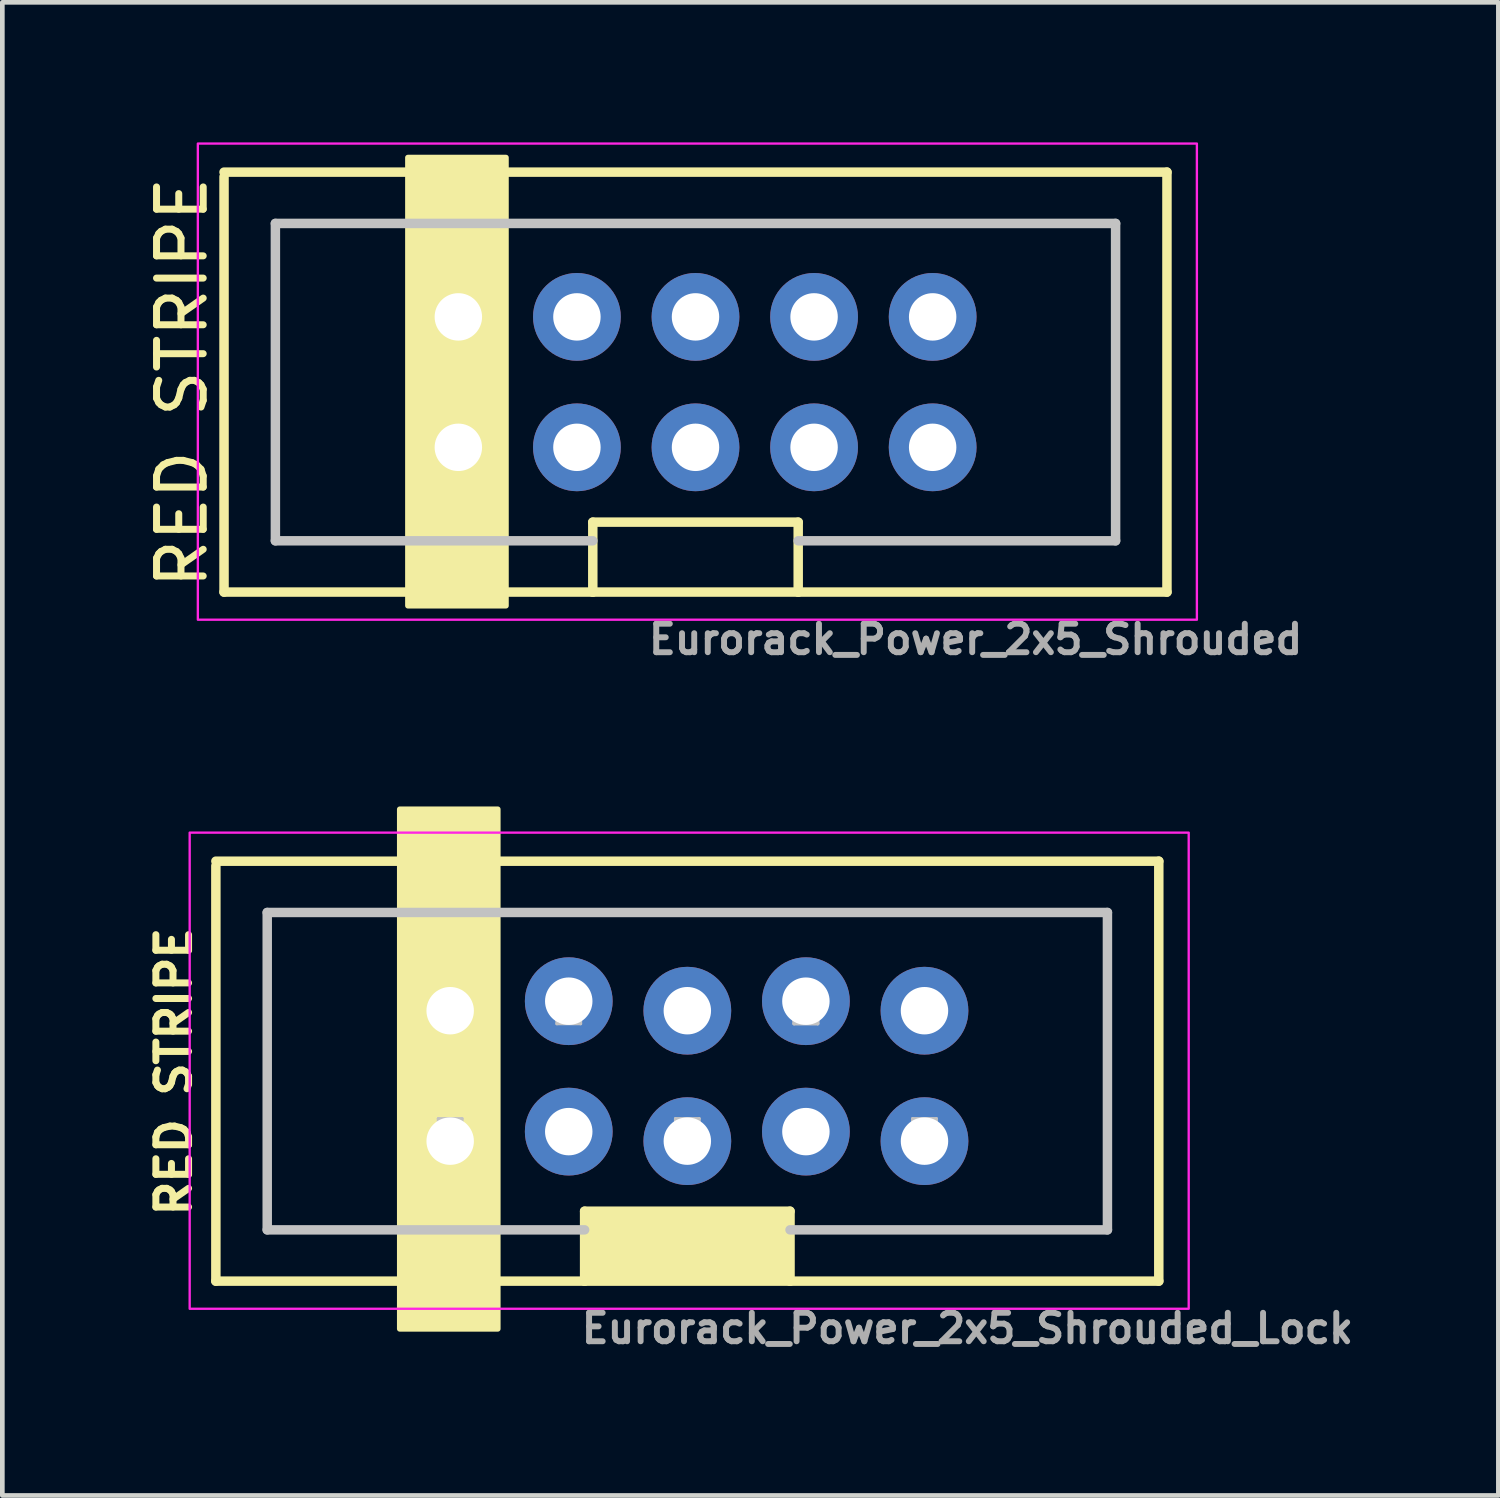
<source format=kicad_pcb>
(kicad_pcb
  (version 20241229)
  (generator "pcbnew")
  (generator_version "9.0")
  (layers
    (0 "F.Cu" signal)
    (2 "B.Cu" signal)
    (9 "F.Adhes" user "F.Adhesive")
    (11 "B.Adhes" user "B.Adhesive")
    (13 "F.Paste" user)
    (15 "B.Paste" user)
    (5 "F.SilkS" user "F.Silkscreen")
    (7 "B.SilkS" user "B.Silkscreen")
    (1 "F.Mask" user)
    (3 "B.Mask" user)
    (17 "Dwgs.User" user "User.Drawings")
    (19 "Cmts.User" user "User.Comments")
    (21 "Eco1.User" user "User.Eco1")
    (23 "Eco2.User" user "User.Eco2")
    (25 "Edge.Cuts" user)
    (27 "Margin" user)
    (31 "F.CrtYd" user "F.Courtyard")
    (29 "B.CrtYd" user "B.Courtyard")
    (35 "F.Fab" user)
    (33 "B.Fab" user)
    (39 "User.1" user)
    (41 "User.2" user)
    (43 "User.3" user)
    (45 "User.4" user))
  (footprint "Eurorack_Power_2x5_Shrouded_Lock"
    (layer "F.Cu")
    (at 6.593 21.292)
    (property "Reference" "Eurorack_Power_2x5_Shrouded_Lock" (at 11.08 4.113 180) (layer "F.Fab") (effects (font (size 0.61 0.61) (thickness 0.127))))
    (attr exclude_from_pos_files exclude_from_bom)
    (fp_line (start -5.019 -5.895) (end 15.179 -5.895) (stroke (width 0.203) (type solid)) (layer "F.SilkS"))
    (fp_line (start -5.019 3.101) (end -5.019 -5.796) (stroke (width 0.203) (type solid)) (layer "F.SilkS"))
    (fp_line (start 2.88 1.603) (end 7.28 1.603) (stroke (width 0.203) (type solid)) (layer "F.SilkS"))
    (fp_line (start 2.88 3.101) (end -5.019 3.101) (stroke (width 0.203) (type solid)) (layer "F.SilkS"))
    (fp_line (start 2.88 3.101) (end 2.88 1.603) (stroke (width 0.203) (type solid)) (layer "F.SilkS"))
    (fp_line (start 7.28 1.603) (end 7.28 3.101) (stroke (width 0.203) (type solid)) (layer "F.SilkS"))
    (fp_line (start 7.28 3.101) (end 2.88 3.101) (stroke (width 0.203) (type solid)) (layer "F.SilkS"))
    (fp_line (start 15.179 -5.895) (end 15.179 3.101) (stroke (width 0.203) (type solid)) (layer "F.SilkS"))
    (fp_line (start 15.179 3.101) (end 7.28 3.101) (stroke (width 0.203) (type solid)) (layer "F.SilkS"))
    (fp_rect (start -1.08 -7.007) (end 1.02 4.123) (stroke (width 0.12) (type solid)) (fill yes) (layer "F.SilkS"))
    (fp_rect (start 2.88 1.603) (end 7.28 3.101) (stroke (width 0.12) (type solid)) (fill yes) (layer "F.SilkS"))
    (fp_line (start -3.919 -4.796) (end 14.079 -4.796) (stroke (width 0.203) (type solid)) (layer "Dwgs.User"))
    (fp_line (start -3.919 2.002) (end -3.919 -4.796) (stroke (width 0.203) (type solid)) (layer "Dwgs.User"))
    (fp_line (start -3.919 2.002) (end 2.88 2.002) (stroke (width 0.203) (type solid)) (layer "Dwgs.User"))
    (fp_line (start -0.254 -2.413) (end -0.254 -2.921) (stroke (width 0.066) (type solid)) (layer "Dwgs.User"))
    (fp_line (start -0.254 0.127) (end -0.254 -0.381) (stroke (width 0.066) (type solid)) (layer "Dwgs.User"))
    (fp_line (start 0.254 -2.921) (end -0.254 -2.921) (stroke (width 0.066) (type solid)) (layer "Dwgs.User"))
    (fp_line (start 0.254 -2.413) (end -0.254 -2.413) (stroke (width 0.066) (type solid)) (layer "Dwgs.User"))
    (fp_line (start 0.254 -2.413) (end 0.254 -2.921) (stroke (width 0.066) (type solid)) (layer "Dwgs.User"))
    (fp_line (start 0.254 -0.381) (end -0.254 -0.381) (stroke (width 0.066) (type solid)) (layer "Dwgs.User"))
    (fp_line (start 0.254 0.127) (end -0.254 0.127) (stroke (width 0.066) (type solid)) (layer "Dwgs.User"))
    (fp_line (start 0.254 0.127) (end 0.254 -0.381) (stroke (width 0.066) (type solid)) (layer "Dwgs.User"))
    (fp_line (start 2.286 -2.413) (end 2.286 -2.921) (stroke (width 0.066) (type solid)) (layer "Dwgs.User"))
    (fp_line (start 2.286 0.127) (end 2.286 -0.381) (stroke (width 0.066) (type solid)) (layer "Dwgs.User"))
    (fp_line (start 2.794 -2.921) (end 2.286 -2.921) (stroke (width 0.066) (type solid)) (layer "Dwgs.User"))
    (fp_line (start 2.794 -2.413) (end 2.286 -2.413) (stroke (width 0.066) (type solid)) (layer "Dwgs.User"))
    (fp_line (start 2.794 -2.413) (end 2.794 -2.921) (stroke (width 0.066) (type solid)) (layer "Dwgs.User"))
    (fp_line (start 2.794 -0.381) (end 2.286 -0.381) (stroke (width 0.066) (type solid)) (layer "Dwgs.User"))
    (fp_line (start 2.794 0.127) (end 2.286 0.127) (stroke (width 0.066) (type solid)) (layer "Dwgs.User"))
    (fp_line (start 2.794 0.127) (end 2.794 -0.381) (stroke (width 0.066) (type solid)) (layer "Dwgs.User"))
    (fp_line (start 4.826 -2.413) (end 4.826 -2.921) (stroke (width 0.066) (type solid)) (layer "Dwgs.User"))
    (fp_line (start 4.826 0.127) (end 4.826 -0.381) (stroke (width 0.066) (type solid)) (layer "Dwgs.User"))
    (fp_line (start 5.334 -2.921) (end 4.826 -2.921) (stroke (width 0.066) (type solid)) (layer "Dwgs.User"))
    (fp_line (start 5.334 -2.413) (end 4.826 -2.413) (stroke (width 0.066) (type solid)) (layer "Dwgs.User"))
    (fp_line (start 5.334 -2.413) (end 5.334 -2.921) (stroke (width 0.066) (type solid)) (layer "Dwgs.User"))
    (fp_line (start 5.334 -0.381) (end 4.826 -0.381) (stroke (width 0.066) (type solid)) (layer "Dwgs.User"))
    (fp_line (start 5.334 0.127) (end 4.826 0.127) (stroke (width 0.066) (type solid)) (layer "Dwgs.User"))
    (fp_line (start 5.334 0.127) (end 5.334 -0.381) (stroke (width 0.066) (type solid)) (layer "Dwgs.User"))
    (fp_line (start 7.366 -2.413) (end 7.366 -2.921) (stroke (width 0.066) (type solid)) (layer "Dwgs.User"))
    (fp_line (start 7.366 -2.413) (end 7.366 -2.921) (stroke (width 0.066) (type solid)) (layer "Dwgs.User"))
    (fp_line (start 7.366 0.127) (end 7.366 -0.381) (stroke (width 0.066) (type solid)) (layer "Dwgs.User"))
    (fp_line (start 7.366 0.127) (end 7.366 -0.381) (stroke (width 0.066) (type solid)) (layer "Dwgs.User"))
    (fp_line (start 7.874 -2.921) (end 7.366 -2.921) (stroke (width 0.066) (type solid)) (layer "Dwgs.User"))
    (fp_line (start 7.874 -2.921) (end 7.366 -2.921) (stroke (width 0.066) (type solid)) (layer "Dwgs.User"))
    (fp_line (start 7.874 -2.413) (end 7.366 -2.413) (stroke (width 0.066) (type solid)) (layer "Dwgs.User"))
    (fp_line (start 7.874 -2.413) (end 7.366 -2.413) (stroke (width 0.066) (type solid)) (layer "Dwgs.User"))
    (fp_line (start 7.874 -2.413) (end 7.874 -2.921) (stroke (width 0.066) (type solid)) (layer "Dwgs.User"))
    (fp_line (start 7.874 -2.413) (end 7.874 -2.921) (stroke (width 0.066) (type solid)) (layer "Dwgs.User"))
    (fp_line (start 7.874 -0.381) (end 7.366 -0.381) (stroke (width 0.066) (type solid)) (layer "Dwgs.User"))
    (fp_line (start 7.874 -0.381) (end 7.366 -0.381) (stroke (width 0.066) (type solid)) (layer "Dwgs.User"))
    (fp_line (start 7.874 0.127) (end 7.366 0.127) (stroke (width 0.066) (type solid)) (layer "Dwgs.User"))
    (fp_line (start 7.874 0.127) (end 7.366 0.127) (stroke (width 0.066) (type solid)) (layer "Dwgs.User"))
    (fp_line (start 7.874 0.127) (end 7.874 -0.381) (stroke (width 0.066) (type solid)) (layer "Dwgs.User"))
    (fp_line (start 7.874 0.127) (end 7.874 -0.381) (stroke (width 0.066) (type solid)) (layer "Dwgs.User"))
    (fp_line (start 9.906 -2.413) (end 9.906 -2.921) (stroke (width 0.066) (type solid)) (layer "Dwgs.User"))
    (fp_line (start 9.906 0.127) (end 9.906 -0.381) (stroke (width 0.066) (type solid)) (layer "Dwgs.User"))
    (fp_line (start 10.414 -2.921) (end 9.906 -2.921) (stroke (width 0.066) (type solid)) (layer "Dwgs.User"))
    (fp_line (start 10.414 -2.413) (end 9.906 -2.413) (stroke (width 0.066) (type solid)) (layer "Dwgs.User"))
    (fp_line (start 10.414 -2.413) (end 10.414 -2.921) (stroke (width 0.066) (type solid)) (layer "Dwgs.User"))
    (fp_line (start 10.414 -0.381) (end 9.906 -0.381) (stroke (width 0.066) (type solid)) (layer "Dwgs.User"))
    (fp_line (start 10.414 0.127) (end 9.906 0.127) (stroke (width 0.066) (type solid)) (layer "Dwgs.User"))
    (fp_line (start 10.414 0.127) (end 10.414 -0.381) (stroke (width 0.066) (type solid)) (layer "Dwgs.User"))
    (fp_line (start 14.079 2.002) (end 7.28 2.002) (stroke (width 0.203) (type solid)) (layer "Dwgs.User"))
    (fp_line (start 14.079 2.002) (end 14.079 -4.796) (stroke (width 0.203) (type solid)) (layer "Dwgs.User"))
    (fp_rect (start -5.58 -6.507) (end 15.82 3.693) (stroke (width 0.05) (type solid)) (fill no) (layer "F.CrtYd"))
    (fp_text user "RED STRIPE" (at -5.92 -1.387 90) (layer "F.SilkS") (effects (font (size 0.7 0.7) (thickness 0.15))))
    (pad "1" thru_hole circle (at 0 0.102 90) (size 1.88 1.88) (drill 1.016) (layers "*.Cu" "*.Mask"))
    (pad "2" thru_hole circle (at 0 -2.692 90) (size 1.88 1.88) (drill 1.016) (layers "*.Cu" "*.Mask"))
    (pad "3" thru_hole circle (at 2.54 -0.102 90) (size 1.88 1.88) (drill 1.016) (layers "*.Cu" "*.Mask"))
    (pad "4" thru_hole circle (at 2.54 -2.896 90) (size 1.88 1.88) (drill 1.016) (layers "*.Cu" "*.Mask"))
    (pad "5" thru_hole circle (at 5.08 0.102 90) (size 1.88 1.88) (drill 1.016) (layers "*.Cu" "*.Mask"))
    (pad "6" thru_hole circle (at 5.08 -2.692 90) (size 1.88 1.88) (drill 1.016) (layers "*.Cu" "*.Mask"))
    (pad "7" thru_hole circle (at 7.62 -0.102 90) (size 1.88 1.88) (drill 1.016) (layers "*.Cu" "*.Mask"))
    (pad "8" thru_hole circle (at 7.62 -2.896 90) (size 1.88 1.88) (drill 1.016) (layers "*.Cu" "*.Mask"))
    (pad "9" thru_hole circle (at 10.16 0.102 90) (size 1.88 1.88) (drill 1.016) (layers "*.Cu" "*.Mask"))
    (pad "10" thru_hole circle (at 10.16 -2.692 90) (size 1.88 1.88) (drill 1.016) (layers "*.Cu" "*.Mask")))
  (footprint "Eurorack_Power_2x5_Shrouded"
    (layer "F.Cu")
    (at 6.768 6.532)
    (property "Reference" "Eurorack_Power_2x5_Shrouded" (at 11.08 4.113 180) (layer "F.Fab") (effects (font (size 0.61 0.61) (thickness 0.127))))
    (attr exclude_from_pos_files exclude_from_bom)
    (fp_line (start -5.019 -5.895) (end 15.179 -5.895) (stroke (width 0.203) (type solid)) (layer "F.SilkS"))
    (fp_line (start -5.019 3.101) (end -5.019 -5.796) (stroke (width 0.203) (type solid)) (layer "F.SilkS"))
    (fp_line (start 2.88 1.603) (end 7.28 1.603) (stroke (width 0.203) (type solid)) (layer "F.SilkS"))
    (fp_line (start 2.88 3.101) (end -5.019 3.101) (stroke (width 0.203) (type solid)) (layer "F.SilkS"))
    (fp_line (start 2.88 3.101) (end 2.88 1.603) (stroke (width 0.203) (type solid)) (layer "F.SilkS"))
    (fp_line (start 7.28 1.603) (end 7.28 3.101) (stroke (width 0.203) (type solid)) (layer "F.SilkS"))
    (fp_line (start 7.28 3.101) (end 2.88 3.101) (stroke (width 0.203) (type solid)) (layer "F.SilkS"))
    (fp_line (start 15.179 -5.895) (end 15.179 3.101) (stroke (width 0.203) (type solid)) (layer "F.SilkS"))
    (fp_line (start 15.179 3.101) (end 7.28 3.101) (stroke (width 0.203) (type solid)) (layer "F.SilkS"))
    (fp_rect (start -1.08 -6.207) (end 1.02 3.393) (stroke (width 0.12) (type solid)) (fill yes) (layer "F.SilkS"))
    (fp_line (start -3.919 -4.796) (end 14.079 -4.796) (stroke (width 0.203) (type solid)) (layer "Dwgs.User"))
    (fp_line (start -3.919 2.002) (end -3.919 -4.796) (stroke (width 0.203) (type solid)) (layer "Dwgs.User"))
    (fp_line (start -3.919 2.002) (end 2.88 2.002) (stroke (width 0.203) (type solid)) (layer "Dwgs.User"))
    (fp_line (start -0.254 -2.413) (end -0.254 -2.921) (stroke (width 0.066) (type solid)) (layer "Dwgs.User"))
    (fp_line (start -0.254 0.127) (end -0.254 -0.381) (stroke (width 0.066) (type solid)) (layer "Dwgs.User"))
    (fp_line (start 0.254 -2.921) (end -0.254 -2.921) (stroke (width 0.066) (type solid)) (layer "Dwgs.User"))
    (fp_line (start 0.254 -2.413) (end -0.254 -2.413) (stroke (width 0.066) (type solid)) (layer "Dwgs.User"))
    (fp_line (start 0.254 -2.413) (end 0.254 -2.921) (stroke (width 0.066) (type solid)) (layer "Dwgs.User"))
    (fp_line (start 0.254 -0.381) (end -0.254 -0.381) (stroke (width 0.066) (type solid)) (layer "Dwgs.User"))
    (fp_line (start 0.254 0.127) (end -0.254 0.127) (stroke (width 0.066) (type solid)) (layer "Dwgs.User"))
    (fp_line (start 0.254 0.127) (end 0.254 -0.381) (stroke (width 0.066) (type solid)) (layer "Dwgs.User"))
    (fp_line (start 2.286 -2.413) (end 2.286 -2.921) (stroke (width 0.066) (type solid)) (layer "Dwgs.User"))
    (fp_line (start 2.286 0.127) (end 2.286 -0.381) (stroke (width 0.066) (type solid)) (layer "Dwgs.User"))
    (fp_line (start 2.794 -2.921) (end 2.286 -2.921) (stroke (width 0.066) (type solid)) (layer "Dwgs.User"))
    (fp_line (start 2.794 -2.413) (end 2.286 -2.413) (stroke (width 0.066) (type solid)) (layer "Dwgs.User"))
    (fp_line (start 2.794 -2.413) (end 2.794 -2.921) (stroke (width 0.066) (type solid)) (layer "Dwgs.User"))
    (fp_line (start 2.794 -0.381) (end 2.286 -0.381) (stroke (width 0.066) (type solid)) (layer "Dwgs.User"))
    (fp_line (start 2.794 0.127) (end 2.286 0.127) (stroke (width 0.066) (type solid)) (layer "Dwgs.User"))
    (fp_line (start 2.794 0.127) (end 2.794 -0.381) (stroke (width 0.066) (type solid)) (layer "Dwgs.User"))
    (fp_line (start 4.826 -2.413) (end 4.826 -2.921) (stroke (width 0.066) (type solid)) (layer "Dwgs.User"))
    (fp_line (start 4.826 0.127) (end 4.826 -0.381) (stroke (width 0.066) (type solid)) (layer "Dwgs.User"))
    (fp_line (start 5.334 -2.921) (end 4.826 -2.921) (stroke (width 0.066) (type solid)) (layer "Dwgs.User"))
    (fp_line (start 5.334 -2.413) (end 4.826 -2.413) (stroke (width 0.066) (type solid)) (layer "Dwgs.User"))
    (fp_line (start 5.334 -2.413) (end 5.334 -2.921) (stroke (width 0.066) (type solid)) (layer "Dwgs.User"))
    (fp_line (start 5.334 -0.381) (end 4.826 -0.381) (stroke (width 0.066) (type solid)) (layer "Dwgs.User"))
    (fp_line (start 5.334 0.127) (end 4.826 0.127) (stroke (width 0.066) (type solid)) (layer "Dwgs.User"))
    (fp_line (start 5.334 0.127) (end 5.334 -0.381) (stroke (width 0.066) (type solid)) (layer "Dwgs.User"))
    (fp_line (start 7.366 -2.413) (end 7.366 -2.921) (stroke (width 0.066) (type solid)) (layer "Dwgs.User"))
    (fp_line (start 7.366 -2.413) (end 7.366 -2.921) (stroke (width 0.066) (type solid)) (layer "Dwgs.User"))
    (fp_line (start 7.366 0.127) (end 7.366 -0.381) (stroke (width 0.066) (type solid)) (layer "Dwgs.User"))
    (fp_line (start 7.366 0.127) (end 7.366 -0.381) (stroke (width 0.066) (type solid)) (layer "Dwgs.User"))
    (fp_line (start 7.874 -2.921) (end 7.366 -2.921) (stroke (width 0.066) (type solid)) (layer "Dwgs.User"))
    (fp_line (start 7.874 -2.921) (end 7.366 -2.921) (stroke (width 0.066) (type solid)) (layer "Dwgs.User"))
    (fp_line (start 7.874 -2.413) (end 7.366 -2.413) (stroke (width 0.066) (type solid)) (layer "Dwgs.User"))
    (fp_line (start 7.874 -2.413) (end 7.366 -2.413) (stroke (width 0.066) (type solid)) (layer "Dwgs.User"))
    (fp_line (start 7.874 -2.413) (end 7.874 -2.921) (stroke (width 0.066) (type solid)) (layer "Dwgs.User"))
    (fp_line (start 7.874 -2.413) (end 7.874 -2.921) (stroke (width 0.066) (type solid)) (layer "Dwgs.User"))
    (fp_line (start 7.874 -0.381) (end 7.366 -0.381) (stroke (width 0.066) (type solid)) (layer "Dwgs.User"))
    (fp_line (start 7.874 -0.381) (end 7.366 -0.381) (stroke (width 0.066) (type solid)) (layer "Dwgs.User"))
    (fp_line (start 7.874 0.127) (end 7.366 0.127) (stroke (width 0.066) (type solid)) (layer "Dwgs.User"))
    (fp_line (start 7.874 0.127) (end 7.366 0.127) (stroke (width 0.066) (type solid)) (layer "Dwgs.User"))
    (fp_line (start 7.874 0.127) (end 7.874 -0.381) (stroke (width 0.066) (type solid)) (layer "Dwgs.User"))
    (fp_line (start 7.874 0.127) (end 7.874 -0.381) (stroke (width 0.066) (type solid)) (layer "Dwgs.User"))
    (fp_line (start 9.906 -2.413) (end 9.906 -2.921) (stroke (width 0.066) (type solid)) (layer "Dwgs.User"))
    (fp_line (start 9.906 0.127) (end 9.906 -0.381) (stroke (width 0.066) (type solid)) (layer "Dwgs.User"))
    (fp_line (start 10.414 -2.921) (end 9.906 -2.921) (stroke (width 0.066) (type solid)) (layer "Dwgs.User"))
    (fp_line (start 10.414 -2.413) (end 9.906 -2.413) (stroke (width 0.066) (type solid)) (layer "Dwgs.User"))
    (fp_line (start 10.414 -2.413) (end 10.414 -2.921) (stroke (width 0.066) (type solid)) (layer "Dwgs.User"))
    (fp_line (start 10.414 -0.381) (end 9.906 -0.381) (stroke (width 0.066) (type solid)) (layer "Dwgs.User"))
    (fp_line (start 10.414 0.127) (end 9.906 0.127) (stroke (width 0.066) (type solid)) (layer "Dwgs.User"))
    (fp_line (start 10.414 0.127) (end 10.414 -0.381) (stroke (width 0.066) (type solid)) (layer "Dwgs.User"))
    (fp_line (start 14.079 2.002) (end 7.28 2.002) (stroke (width 0.203) (type solid)) (layer "Dwgs.User"))
    (fp_line (start 14.079 2.002) (end 14.079 -4.796) (stroke (width 0.203) (type solid)) (layer "Dwgs.User"))
    (fp_rect (start -5.58 -6.507) (end 15.82 3.693) (stroke (width 0.05) (type solid)) (fill no) (layer "F.CrtYd"))
    (fp_text user "RED STRIPE" (at -5.92 -1.387 90) (layer "F.SilkS") (effects (font (size 1 1) (thickness 0.15))))
    (pad "1" thru_hole circle (at 0 0 90) (size 1.88 1.88) (drill 1.016) (layers "*.Cu" "*.Mask"))
    (pad "2" thru_hole circle (at 0 -2.794 90) (size 1.88 1.88) (drill 1.016) (layers "*.Cu" "*.Mask"))
    (pad "3" thru_hole circle (at 2.54 0 90) (size 1.88 1.88) (drill 1.016) (layers "*.Cu" "*.Mask"))
    (pad "4" thru_hole circle (at 2.54 -2.794 90) (size 1.88 1.88) (drill 1.016) (layers "*.Cu" "*.Mask"))
    (pad "5" thru_hole circle (at 5.08 0 90) (size 1.88 1.88) (drill 1.016) (layers "*.Cu" "*.Mask"))
    (pad "6" thru_hole circle (at 5.08 -2.794 90) (size 1.88 1.88) (drill 1.016) (layers "*.Cu" "*.Mask"))
    (pad "7" thru_hole circle (at 7.62 0 90) (size 1.88 1.88) (drill 1.016) (layers "*.Cu" "*.Mask"))
    (pad "8" thru_hole circle (at 7.62 -2.794 90) (size 1.88 1.88) (drill 1.016) (layers "*.Cu" "*.Mask"))
    (pad "9" thru_hole circle (at 10.16 0 90) (size 1.88 1.88) (drill 1.016) (layers "*.Cu" "*.Mask"))
    (pad "10" thru_hole circle (at 10.16 -2.794 90) (size 1.88 1.88) (drill 1.016) (layers "*.Cu" "*.Mask")))
  (gr_rect
    (start -3 -3)
    (end 29.046 28.984)
    (stroke (width 0.1) (type default))
    (fill no)
    (layer "Edge.Cuts")))
</source>
